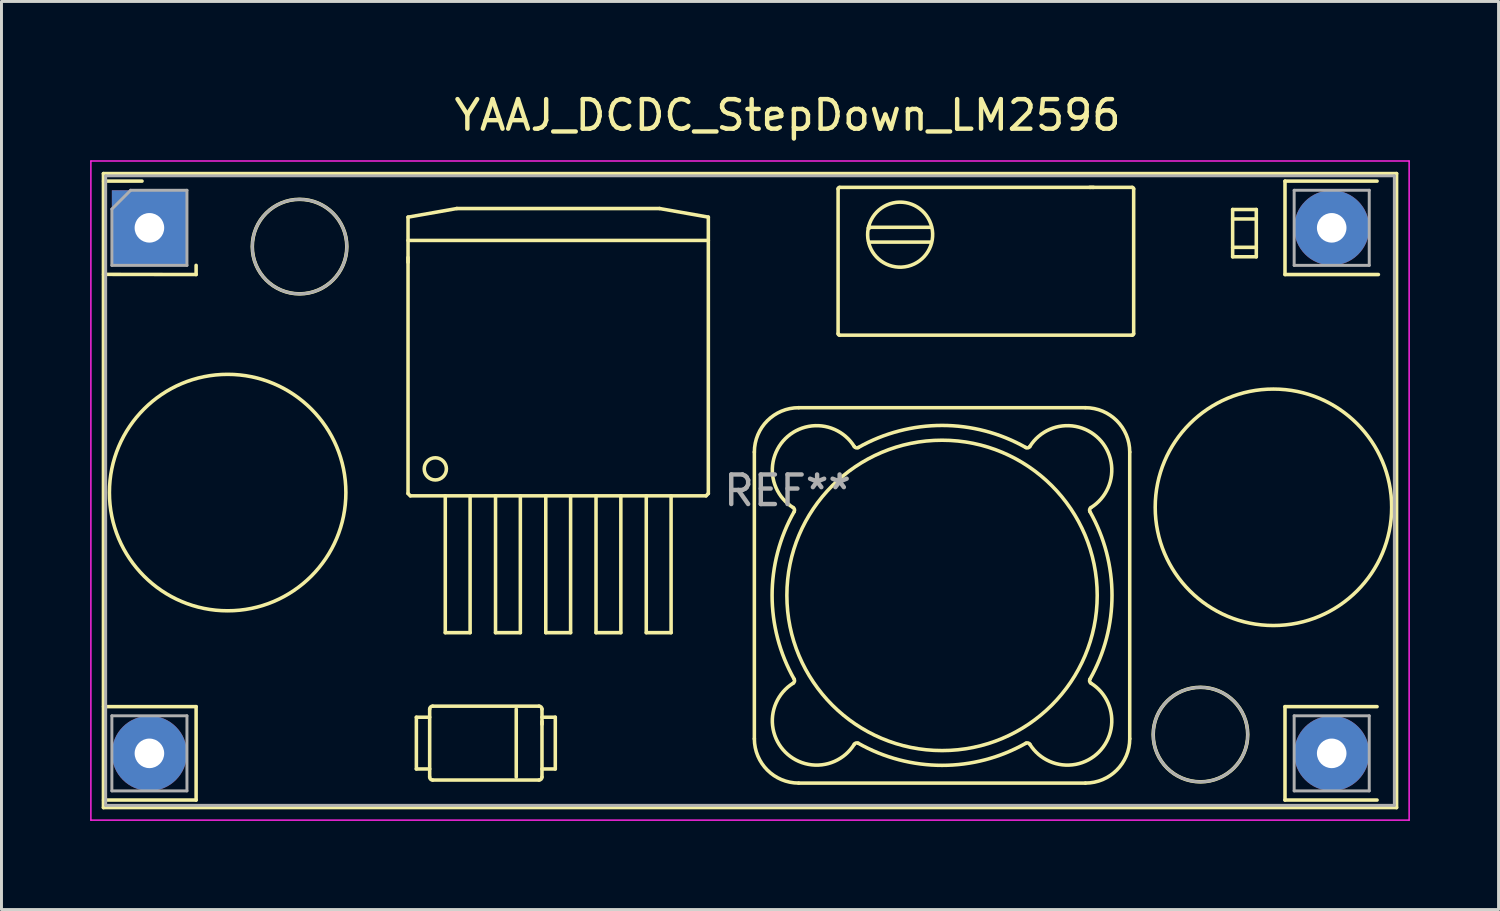
<source format=kicad_pcb>
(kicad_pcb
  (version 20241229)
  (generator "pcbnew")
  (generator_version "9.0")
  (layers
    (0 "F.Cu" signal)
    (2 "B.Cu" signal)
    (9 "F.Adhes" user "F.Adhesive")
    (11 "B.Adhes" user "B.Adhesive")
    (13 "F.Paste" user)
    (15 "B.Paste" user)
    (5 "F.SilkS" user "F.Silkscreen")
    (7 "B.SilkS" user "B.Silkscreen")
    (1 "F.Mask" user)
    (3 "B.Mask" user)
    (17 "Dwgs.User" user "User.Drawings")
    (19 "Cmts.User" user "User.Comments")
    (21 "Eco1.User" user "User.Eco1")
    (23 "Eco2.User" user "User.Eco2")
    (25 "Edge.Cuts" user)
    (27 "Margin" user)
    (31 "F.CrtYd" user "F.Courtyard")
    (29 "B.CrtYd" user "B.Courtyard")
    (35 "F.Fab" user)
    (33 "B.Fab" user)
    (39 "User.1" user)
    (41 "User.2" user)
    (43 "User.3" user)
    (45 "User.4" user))
  (footprint "YAAJ_DCDC_StepDown_LM2596"
    (layer "F.Cu")
    (at 2.005 4.658)
    (property "Reference" "YAAJ_DCDC_StepDown_LM2596" (at 21.59 -3.81 0) (layer "F.SilkS") (effects (font (size 1 1) (thickness 0.15))))
    (attr through_hole)
    (fp_line (start -1.555 -1.835) (end -1.555 19.615) (stroke (width 0.12) (type solid)) (layer "F.SilkS"))
    (fp_line (start -1.555 19.615) (end 42.195 19.615) (stroke (width 0.12) (type solid)) (layer "F.SilkS"))
    (fp_line (start -1.55 -1.58) (end -0.25 -1.58) (stroke (width 0.12) (type solid)) (layer "F.SilkS"))
    (fp_line (start -1.55 1.575) (end 1.58 1.58) (stroke (width 0.12) (type solid)) (layer "F.SilkS"))
    (fp_line (start -1.55 16.2) (end 1.58 16.2) (stroke (width 0.12) (type solid)) (layer "F.SilkS"))
    (fp_line (start -1.55 19.36) (end 1.58 19.36) (stroke (width 0.12) (type solid)) (layer "F.SilkS"))
    (fp_line (start 1.58 1.27) (end 1.58 1.58) (stroke (width 0.12) (type solid)) (layer "F.SilkS"))
    (fp_line (start 1.58 16.2) (end 1.58 19.36) (stroke (width 0.12) (type solid)) (layer "F.SilkS"))
    (fp_line (start 8.749 1.004) (end 8.749 1.166) (stroke (width 0.12) (type solid)) (layer "F.SilkS"))
    (fp_line (start 8.75 -0.362) (end 10.4 -0.653) (stroke (width 0.12) (type solid)) (layer "F.SilkS"))
    (fp_line (start 8.75 8.989) (end 8.75 -0.362) (stroke (width 0.12) (type solid)) (layer "F.SilkS"))
    (fp_line (start 8.75 8.989) (end 8.828 9.067) (stroke (width 0.12) (type solid)) (layer "F.SilkS"))
    (fp_line (start 8.828 9.067) (end 18.833 9.067) (stroke (width 0.12) (type solid)) (layer "F.SilkS"))
    (fp_line (start 9.032 16.558) (end 9.482 16.558) (stroke (width 0.12) (type solid)) (layer "F.SilkS"))
    (fp_line (start 9.032 18.308) (end 9.032 16.558) (stroke (width 0.12) (type solid)) (layer "F.SilkS"))
    (fp_line (start 9.482 18.308) (end 9.032 18.308) (stroke (width 0.12) (type solid)) (layer "F.SilkS"))
    (fp_line (start 9.482 18.583) (end 9.482 16.283) (stroke (width 0.12) (type solid)) (layer "F.SilkS"))
    (fp_line (start 9.582 16.183) (end 13.182 16.183) (stroke (width 0.12) (type solid)) (layer "F.SilkS"))
    (fp_line (start 10.01 13.697) (end 10.01 9.067) (stroke (width 0.12) (type solid)) (layer "F.SilkS"))
    (fp_line (start 10.01 13.697) (end 10.85 13.697) (stroke (width 0.12) (type solid)) (layer "F.SilkS"))
    (fp_line (start 10.4 -0.653) (end 17.26 -0.653) (stroke (width 0.12) (type solid)) (layer "F.SilkS"))
    (fp_line (start 10.85 13.697) (end 10.85 9.067) (stroke (width 0.12) (type solid)) (layer "F.SilkS"))
    (fp_line (start 11.71 13.697) (end 11.71 9.067) (stroke (width 0.12) (type solid)) (layer "F.SilkS"))
    (fp_line (start 11.71 13.697) (end 12.55 13.697) (stroke (width 0.12) (type solid)) (layer "F.SilkS"))
    (fp_line (start 12.411 16.283) (end 12.411 18.583) (stroke (width 0.12) (type solid)) (layer "F.SilkS"))
    (fp_line (start 12.55 13.697) (end 12.55 9.067) (stroke (width 0.12) (type solid)) (layer "F.SilkS"))
    (fp_line (start 13.182 18.683) (end 9.582 18.683) (stroke (width 0.12) (type solid)) (layer "F.SilkS"))
    (fp_line (start 13.282 16.283) (end 13.282 18.583) (stroke (width 0.12) (type solid)) (layer "F.SilkS"))
    (fp_line (start 13.282 16.558) (end 13.732 16.558) (stroke (width 0.12) (type solid)) (layer "F.SilkS"))
    (fp_line (start 13.283 16.795) (end 13.283 16.7) (stroke (width 0.12) (type solid)) (layer "F.SilkS"))
    (fp_line (start 13.41 13.697) (end 13.41 9.067) (stroke (width 0.12) (type solid)) (layer "F.SilkS"))
    (fp_line (start 13.41 13.697) (end 14.25 13.697) (stroke (width 0.12) (type solid)) (layer "F.SilkS"))
    (fp_line (start 13.732 16.558) (end 13.732 18.308) (stroke (width 0.12) (type solid)) (layer "F.SilkS"))
    (fp_line (start 13.732 18.308) (end 13.282 18.308) (stroke (width 0.12) (type solid)) (layer "F.SilkS"))
    (fp_line (start 14.25 13.697) (end 14.25 9.067) (stroke (width 0.12) (type solid)) (layer "F.SilkS"))
    (fp_line (start 15.11 13.697) (end 15.11 9.067) (stroke (width 0.12) (type solid)) (layer "F.SilkS"))
    (fp_line (start 15.11 13.697) (end 15.95 13.697) (stroke (width 0.12) (type solid)) (layer "F.SilkS"))
    (fp_line (start 15.95 13.697) (end 15.95 9.067) (stroke (width 0.12) (type solid)) (layer "F.SilkS"))
    (fp_line (start 16.81 13.697) (end 16.81 9.067) (stroke (width 0.12) (type solid)) (layer "F.SilkS"))
    (fp_line (start 16.81 13.697) (end 17.65 13.697) (stroke (width 0.12) (type solid)) (layer "F.SilkS"))
    (fp_line (start 17.26 -0.653) (end 18.91 -0.362) (stroke (width 0.12) (type solid)) (layer "F.SilkS"))
    (fp_line (start 17.65 13.697) (end 17.65 9.067) (stroke (width 0.12) (type solid)) (layer "F.SilkS"))
    (fp_line (start 18.833 9.067) (end 18.91 8.989) (stroke (width 0.12) (type solid)) (layer "F.SilkS"))
    (fp_line (start 18.91 0.427) (end 8.75 0.427) (stroke (width 0.12) (type solid)) (layer "F.SilkS"))
    (fp_line (start 18.91 8.989) (end 18.91 -0.362) (stroke (width 0.12) (type solid)) (layer "F.SilkS"))
    (fp_line (start 20.467 7.586) (end 20.467 17.286) (stroke (width 0.12) (type solid)) (layer "F.SilkS"))
    (fp_line (start 21.967 18.786) (end 31.667 18.786) (stroke (width 0.12) (type solid)) (layer "F.SilkS"))
    (fp_line (start 23.3 3.582) (end 23.3 -1.318) (stroke (width 0.12) (type solid)) (layer "F.SilkS"))
    (fp_line (start 23.35 -1.368) (end 33.25 -1.368) (stroke (width 0.12) (type solid)) (layer "F.SilkS"))
    (fp_line (start 24.336 -0.049) (end 24.361 -0.018) (stroke (width 0.12) (type solid)) (layer "F.SilkS"))
    (fp_line (start 24.349 0.007) (end 24.324 0.002) (stroke (width 0.12) (type solid)) (layer "F.SilkS"))
    (fp_line (start 24.349 0.007) (end 24.356 -0.024) (stroke (width 0.12) (type solid)) (layer "F.SilkS"))
    (fp_line (start 24.349 0.007) (end 24.361 -0.018) (stroke (width 0.12) (type solid)) (layer "F.SilkS"))
    (fp_line (start 24.361 0.482) (end 26.439 0.482) (stroke (width 0.12) (type solid)) (layer "F.SilkS"))
    (fp_line (start 26.439 -0.018) (end 24.361 -0.018) (stroke (width 0.12) (type solid)) (layer "F.SilkS"))
    (fp_line (start 31.667 6.086) (end 21.967 6.086) (stroke (width 0.12) (type solid)) (layer "F.SilkS"))
    (fp_line (start 31.859 -1.369) (end 31.814 -1.369) (stroke (width 0.12) (type solid)) (layer "F.SilkS"))
    (fp_line (start 31.942 -1.369) (end 31.908 -1.369) (stroke (width 0.12) (type solid)) (layer "F.SilkS"))
    (fp_line (start 33.167 17.286) (end 33.167 7.586) (stroke (width 0.12) (type solid)) (layer "F.SilkS"))
    (fp_line (start 33.25 3.632) (end 23.35 3.632) (stroke (width 0.12) (type solid)) (layer "F.SilkS"))
    (fp_line (start 33.3 -1.318) (end 33.3 3.582) (stroke (width 0.12) (type solid)) (layer "F.SilkS"))
    (fp_line (start 36.649 -0.3) (end 37.449 -0.3) (stroke (width 0.12) (type solid)) (layer "F.SilkS"))
    (fp_line (start 36.649 0.98) (end 36.649 -0.62) (stroke (width 0.12) (type solid)) (layer "F.SilkS"))
    (fp_line (start 37.449 -0.62) (end 36.649 -0.62) (stroke (width 0.12) (type solid)) (layer "F.SilkS"))
    (fp_line (start 37.449 -0.62) (end 37.449 0.98) (stroke (width 0.12) (type solid)) (layer "F.SilkS"))
    (fp_line (start 37.449 0.66) (end 36.649 0.66) (stroke (width 0.12) (type solid)) (layer "F.SilkS"))
    (fp_line (start 37.449 0.98) (end 36.649 0.98) (stroke (width 0.12) (type solid)) (layer "F.SilkS"))
    (fp_line (start 38.42 -1.58) (end 41.535 -1.58) (stroke (width 0.12) (type solid)) (layer "F.SilkS"))
    (fp_line (start 38.42 1.58) (end 38.42 -1.58) (stroke (width 0.12) (type solid)) (layer "F.SilkS"))
    (fp_line (start 38.42 1.58) (end 41.58 1.58) (stroke (width 0.12) (type solid)) (layer "F.SilkS"))
    (fp_line (start 38.42 16.2) (end 41.535 16.2) (stroke (width 0.12) (type solid)) (layer "F.SilkS"))
    (fp_line (start 38.42 19.36) (end 38.42 16.2) (stroke (width 0.12) (type solid)) (layer "F.SilkS"))
    (fp_line (start 38.42 19.36) (end 41.535 19.36) (stroke (width 0.12) (type solid)) (layer "F.SilkS"))
    (fp_line (start 42.195 -1.835) (end -1.555 -1.835) (stroke (width 0.12) (type solid)) (layer "F.SilkS"))
    (fp_line (start 42.195 19.615) (end 42.195 -1.835) (stroke (width 0.12) (type solid)) (layer "F.SilkS"))
    (fp_arc (start 9.481636 16.283217) (mid 9.510925 16.212506) (end 9.581636 16.183217) (stroke (width 0.12) (type solid)) (layer "F.SilkS"))
    (fp_arc (start 9.581636 18.683217) (mid 9.510925 18.653928) (end 9.481636 18.583217) (stroke (width 0.12) (type solid)) (layer "F.SilkS"))
    (fp_arc (start 13.181636 16.183217) (mid 13.252347 16.212506) (end 13.281636 16.283217) (stroke (width 0.12) (type solid)) (layer "F.SilkS"))
    (fp_arc (start 13.281636 18.583217) (mid 13.252347 18.653928) (end 13.181636 18.683217) (stroke (width 0.12) (type solid)) (layer "F.SilkS"))
    (fp_arc (start 20.467397 7.585796) (mid 20.906737 6.525136) (end 21.967397 6.085796) (stroke (width 0.12) (type solid)) (layer "F.SilkS"))
    (fp_arc (start 21.781131 9.46601) (mid 21.825145 9.526245) (end 21.815218 9.600183) (stroke (width 0.12) (type solid)) (layer "F.SilkS"))
    (fp_arc (start 21.781132 9.466011) (mid 21.514096 7.132496) (end 23.847611 7.399531) (stroke (width 0.12) (type solid)) (layer "F.SilkS"))
    (fp_arc (start 21.815217 15.271409) (mid 21.825145 15.345347) (end 21.781132 15.405582) (stroke (width 0.12) (type solid)) (layer "F.SilkS"))
    (fp_arc (start 21.815218 15.27141) (mid 21.067397 12.435796) (end 21.815218 9.600183) (stroke (width 0.12) (type solid)) (layer "F.SilkS"))
    (fp_arc (start 21.967397 18.785796) (mid 20.906737 18.346456) (end 20.467397 17.285796) (stroke (width 0.12) (type solid)) (layer "F.SilkS"))
    (fp_arc (start 23.299783 -1.317705) (mid 23.314428 -1.35306) (end 23.349783 -1.367705) (stroke (width 0.12) (type solid)) (layer "F.SilkS"))
    (fp_arc (start 23.349783 3.632294) (mid 23.314428 3.617649) (end 23.299783 3.582294) (stroke (width 0.12) (type solid)) (layer "F.SilkS"))
    (fp_arc (start 23.847611 17.472062) (mid 21.514095 17.739097) (end 21.781132 15.405582) (stroke (width 0.12) (type solid)) (layer "F.SilkS"))
    (fp_arc (start 23.847611 17.472062) (mid 23.907845 17.428049) (end 23.981783 17.437976) (stroke (width 0.12) (type solid)) (layer "F.SilkS"))
    (fp_arc (start 23.981783 7.433617) (mid 23.907845 7.443544) (end 23.847611 7.399531) (stroke (width 0.12) (type solid)) (layer "F.SilkS"))
    (fp_arc (start 23.981784 7.433617) (mid 26.817397 6.685796) (end 29.653011 7.433617) (stroke (width 0.12) (type solid)) (layer "F.SilkS"))
    (fp_arc (start 24.324148 0.462527) (mid 26.469605 -0.023594) (end 24.336385 0.51369) (stroke (width 0.12) (type solid)) (layer "F.SilkS"))
    (fp_arc (start 29.653011 17.437976) (mid 26.817397 18.185797) (end 23.981783 17.437976) (stroke (width 0.12) (type solid)) (layer "F.SilkS"))
    (fp_arc (start 29.653011 17.437976) (mid 29.726949 17.428049) (end 29.787183 17.472062) (stroke (width 0.12) (type solid)) (layer "F.SilkS"))
    (fp_arc (start 29.787183 7.399531) (mid 29.726949 7.443544) (end 29.653011 7.433617) (stroke (width 0.12) (type solid)) (layer "F.SilkS"))
    (fp_arc (start 29.787183 7.399531) (mid 32.120699 7.132496) (end 31.853662 9.466011) (stroke (width 0.12) (type solid)) (layer "F.SilkS"))
    (fp_arc (start 31.667397 6.085796) (mid 32.728057 6.525136) (end 33.167397 7.585796) (stroke (width 0.12) (type solid)) (layer "F.SilkS"))
    (fp_arc (start 31.819576 9.600183) (mid 32.567397 12.435796) (end 31.819576 15.27141) (stroke (width 0.12) (type solid)) (layer "F.SilkS"))
    (fp_arc (start 31.819577 9.600184) (mid 31.809649 9.526246) (end 31.853662 9.466011) (stroke (width 0.12) (type solid)) (layer "F.SilkS"))
    (fp_arc (start 31.853662 15.405582) (mid 32.120698 17.739097) (end 29.787183 17.472062) (stroke (width 0.12) (type solid)) (layer "F.SilkS"))
    (fp_arc (start 31.853663 15.405583) (mid 31.809649 15.345348) (end 31.819576 15.27141) (stroke (width 0.12) (type solid)) (layer "F.SilkS"))
    (fp_arc (start 33.167397 17.285796) (mid 32.728057 18.346456) (end 31.667397 18.785796) (stroke (width 0.12) (type solid)) (layer "F.SilkS"))
    (fp_arc (start 33.249783 -1.367705) (mid 33.285138 -1.35306) (end 33.299783 -1.317705) (stroke (width 0.12) (type solid)) (layer "F.SilkS"))
    (fp_arc (start 33.299783 3.582294) (mid 33.285138 3.617649) (end 33.249783 3.632294) (stroke (width 0.12) (type solid)) (layer "F.SilkS"))
    (fp_circle (center 2.647 8.957) (end 6.647 8.957) (stroke (width 0.12) (type solid)) (fill no) (layer "F.SilkS"))
    (fp_circle (center 5.08 0.635) (end 6.679 0.635) (stroke (width 0.12) (type solid)) (fill no) (layer "F.SilkS"))
    (fp_circle (center 9.673 8.155) (end 10.048 8.155) (stroke (width 0.12) (type solid)) (fill no) (layer "F.SilkS"))
    (fp_circle (center 26.817 12.436) (end 32.067 12.436) (stroke (width 0.12) (type solid)) (fill no) (layer "F.SilkS"))
    (fp_circle (center 35.56 17.145) (end 37.159 17.145) (stroke (width 0.12) (type solid)) (fill no) (layer "F.SilkS"))
    (fp_circle (center 38.029 9.455) (end 42.029 9.455) (stroke (width 0.12) (type solid)) (fill no) (layer "F.SilkS"))
    (fp_line (start -1.98 -2.26) (end 42.62 -2.26) (stroke (width 0.05) (type solid)) (layer "F.CrtYd"))
    (fp_line (start -1.98 20.04) (end -1.98 -2.26) (stroke (width 0.05) (type solid)) (layer "F.CrtYd"))
    (fp_line (start 42.62 -2.26) (end 42.62 20.04) (stroke (width 0.05) (type solid)) (layer "F.CrtYd"))
    (fp_line (start 42.62 20.04) (end -1.98 20.04) (stroke (width 0.05) (type solid)) (layer "F.CrtYd"))
    (fp_line (start -1.48 -1.76) (end -1.48 19.54) (stroke (width 0.1) (type solid)) (layer "F.Fab"))
    (fp_line (start -1.48 19.54) (end 42.12 19.54) (stroke (width 0.1) (type solid)) (layer "F.Fab"))
    (fp_line (start -1.27 -0.635) (end -0.635 -1.27) (stroke (width 0.1) (type solid)) (layer "F.Fab"))
    (fp_line (start -1.27 1.27) (end -1.27 -0.635) (stroke (width 0.1) (type solid)) (layer "F.Fab"))
    (fp_line (start -1.27 16.51) (end 1.27 16.51) (stroke (width 0.1) (type solid)) (layer "F.Fab"))
    (fp_line (start -1.27 19.05) (end -1.27 16.51) (stroke (width 0.1) (type solid)) (layer "F.Fab"))
    (fp_line (start -0.635 -1.27) (end 1.27 -1.27) (stroke (width 0.1) (type solid)) (layer "F.Fab"))
    (fp_line (start 1.27 -1.27) (end 1.27 1.27) (stroke (width 0.1) (type solid)) (layer "F.Fab"))
    (fp_line (start 1.27 1.27) (end -1.27 1.27) (stroke (width 0.1) (type solid)) (layer "F.Fab"))
    (fp_line (start 1.27 16.51) (end 1.27 19.05) (stroke (width 0.1) (type solid)) (layer "F.Fab"))
    (fp_line (start 1.27 19.05) (end -1.27 19.05) (stroke (width 0.1) (type solid)) (layer "F.Fab"))
    (fp_line (start 38.73 -1.27) (end 41.27 -1.27) (stroke (width 0.1) (type solid)) (layer "F.Fab"))
    (fp_line (start 38.73 1.27) (end 38.73 -1.27) (stroke (width 0.1) (type solid)) (layer "F.Fab"))
    (fp_line (start 38.73 16.51) (end 41.27 16.51) (stroke (width 0.1) (type solid)) (layer "F.Fab"))
    (fp_line (start 38.73 19.05) (end 38.73 16.51) (stroke (width 0.1) (type solid)) (layer "F.Fab"))
    (fp_line (start 41.27 -1.27) (end 41.27 1.27) (stroke (width 0.1) (type solid)) (layer "F.Fab"))
    (fp_line (start 41.27 1.27) (end 38.73 1.27) (stroke (width 0.1) (type solid)) (layer "F.Fab"))
    (fp_line (start 41.27 16.51) (end 41.27 19.05) (stroke (width 0.1) (type solid)) (layer "F.Fab"))
    (fp_line (start 41.27 19.05) (end 38.73 19.05) (stroke (width 0.1) (type solid)) (layer "F.Fab"))
    (fp_line (start 42.12 -1.76) (end -1.48 -1.76) (stroke (width 0.1) (type solid)) (layer "F.Fab"))
    (fp_line (start 42.12 19.54) (end 42.12 -1.76) (stroke (width 0.1) (type solid)) (layer "F.Fab"))
    (fp_circle (center 5.08 0.635) (end 6.679 0.635) (stroke (width 0.1) (type solid)) (fill no) (layer "F.Fab"))
    (fp_circle (center 35.56 17.145) (end 37.159 17.145) (stroke (width 0.1) (type solid)) (fill no) (layer "F.Fab"))
    (fp_text user "REF**" (at 21.59 8.89 0) (layer "F.Fab") (effects (font (size 1 1) (thickness 0.15))))
    (pad "1" thru_hole rect (at 0 0) (size 2.54 2.54) (drill 1) (layers "*.Cu" "*.Mask"))
    (pad "2" thru_hole circle (at 0 17.78) (size 2.54 2.54) (drill 1) (layers "*.Cu" "*.Mask"))
    (pad "3" thru_hole circle (at 40 17.78) (size 2.54 2.54) (drill 1) (layers "*.Cu" "*.Mask"))
    (pad "4" thru_hole circle (at 40 0) (size 2.54 2.54) (drill 1) (layers "*.Cu" "*.Mask")))
  (gr_rect
    (start -3 -3)
    (end 47.65 27.723)
    (stroke (width 0.1) (type default))
    (fill no)
    (layer "Edge.Cuts")))
</source>
